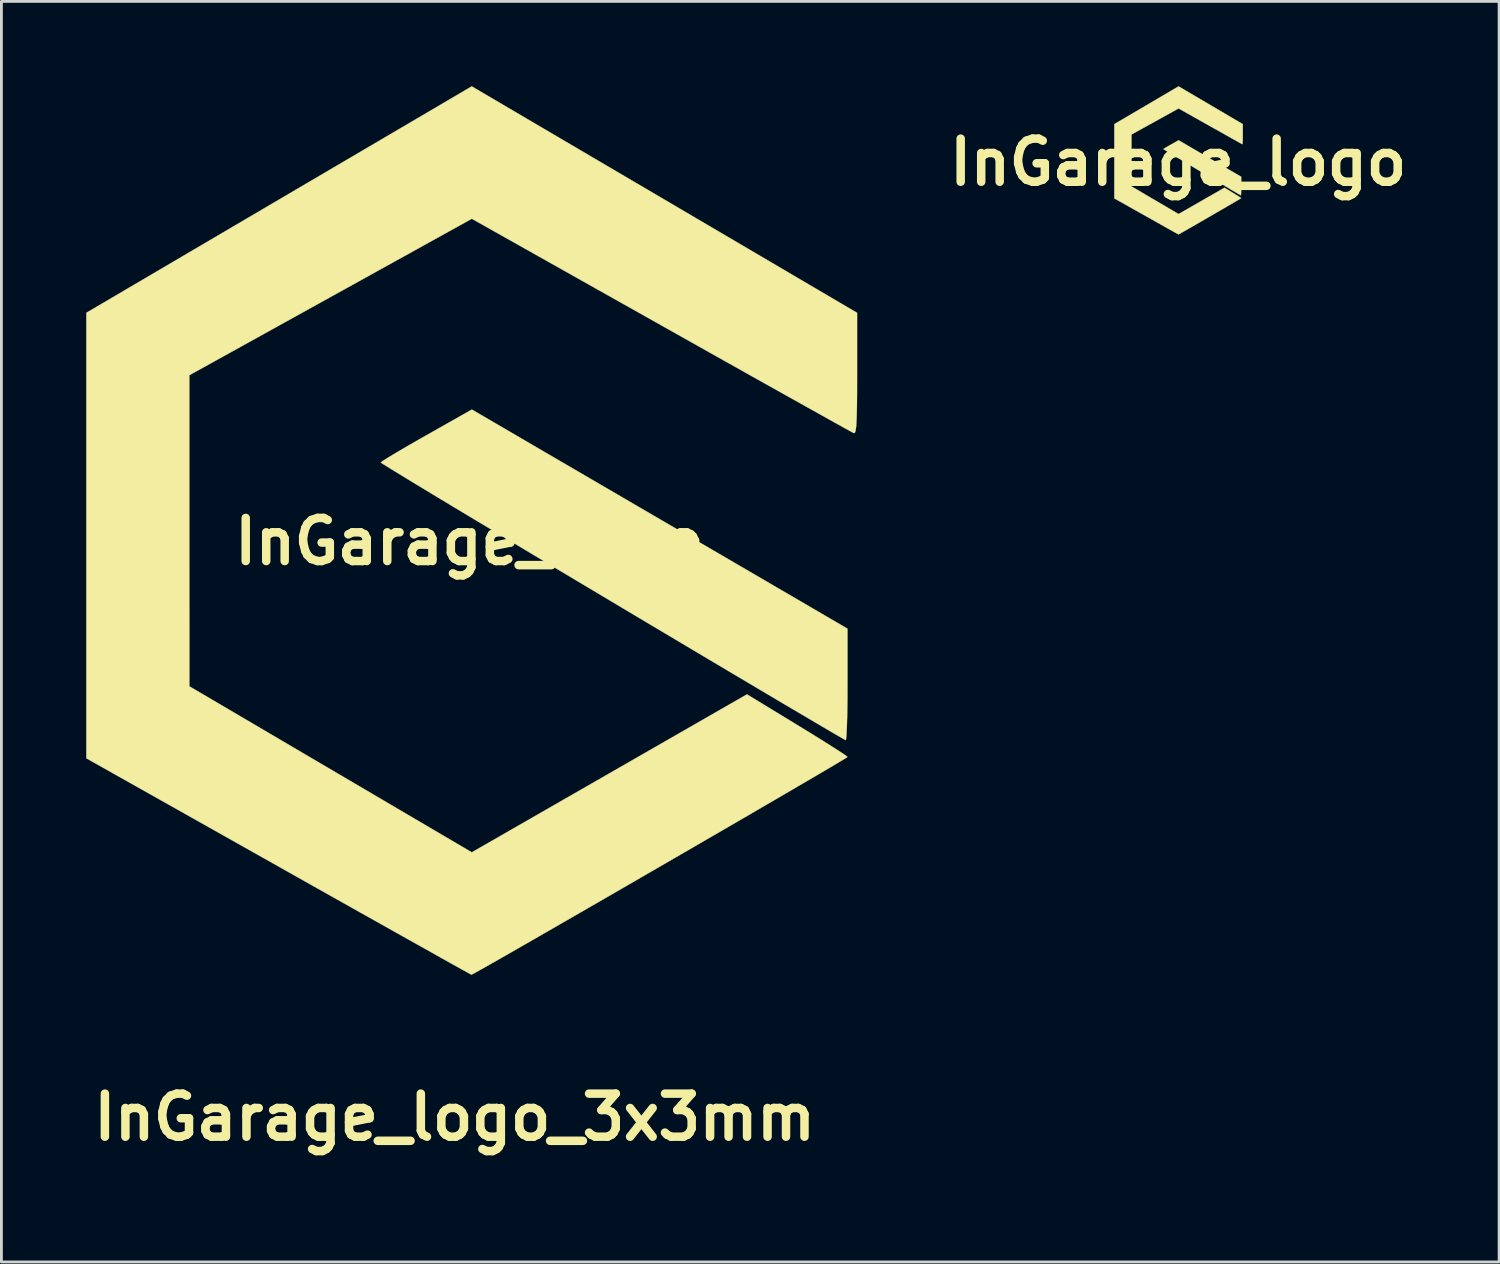
<source format=kicad_pcb>
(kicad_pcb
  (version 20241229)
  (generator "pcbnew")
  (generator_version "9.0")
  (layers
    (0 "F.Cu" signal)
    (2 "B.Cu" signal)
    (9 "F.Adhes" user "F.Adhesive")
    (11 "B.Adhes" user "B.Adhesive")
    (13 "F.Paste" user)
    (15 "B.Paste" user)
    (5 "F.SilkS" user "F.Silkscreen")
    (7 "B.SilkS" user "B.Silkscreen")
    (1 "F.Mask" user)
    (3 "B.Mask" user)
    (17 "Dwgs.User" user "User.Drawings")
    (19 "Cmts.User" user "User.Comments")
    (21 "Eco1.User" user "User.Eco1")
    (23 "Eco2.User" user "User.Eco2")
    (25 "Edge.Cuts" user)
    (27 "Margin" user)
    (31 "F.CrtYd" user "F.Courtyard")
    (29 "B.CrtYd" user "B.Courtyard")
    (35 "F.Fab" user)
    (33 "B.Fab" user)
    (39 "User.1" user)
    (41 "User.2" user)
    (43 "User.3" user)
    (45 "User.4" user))
  (footprint "InGarage_Logo"
    (layer "F.Cu")
    (at 13.552 16.106)
    (property "Reference" "InGarage_Logo" (at 0 0 0) (layer "F.SilkS") (effects (font (size 1.524 1.524) (thickness 0.3))))
    (attr through_hole)
    (fp_poly (pts (xy 13.377 3.083) (xy 13.377 5.055) (xy 13.375 5.613) (xy 13.367 6.109) (xy 13.356 6.52) (xy 13.342 6.823) (xy 13.325 6.995) (xy 13.314 7.025) (xy 13.234 6.982) (xy 13.018 6.858) (xy 12.676 6.658) (xy 12.216 6.388) (xy 11.647 6.052) (xy 10.979 5.658) (xy 10.222 5.209) (xy 9.384 4.712) (xy 8.475 4.172) (xy 7.504 3.594) (xy 6.48 2.985) (xy 5.412 2.349) (xy 5.059 2.138) (xy 3.98 1.495) (xy 2.943 0.875) (xy 1.957 0.285) (xy 1.03 -0.271) (xy 0.173 -0.786) (xy -0.607 -1.254) (xy -1.299 -1.671) (xy -1.894 -2.031) (xy -2.383 -2.329) (xy -2.758 -2.558) (xy -3.008 -2.714) (xy -3.125 -2.79) (xy -3.133 -2.797) (xy -3.062 -2.851) (xy -2.865 -2.976) (xy -2.563 -3.157) (xy -2.176 -3.384) (xy -1.726 -3.642) (xy -1.522 -3.758) (xy 0.089 -4.669) (xy 13.377 3.083)) (stroke (width 0.01) (type solid)) (fill yes) (layer "F.SilkS"))
    (fp_poly (pts (xy 13.716 -8.09) (xy 13.716 -5.941) (xy 13.715 -5.267) (xy 13.71 -4.746) (xy 13.7 -4.36) (xy 13.686 -4.093) (xy 13.665 -3.928) (xy 13.638 -3.848) (xy 13.603 -3.835) (xy 13.514 -3.882) (xy 13.288 -4.006) (xy 12.936 -4.202) (xy 12.468 -4.463) (xy 11.895 -4.783) (xy 11.228 -5.156) (xy 10.476 -5.577) (xy 9.651 -6.04) (xy 8.763 -6.538) (xy 7.823 -7.067) (xy 6.842 -7.618) (xy 6.789 -7.648) (xy 0.087 -11.418) (xy -4.908 -8.651) (xy -9.904 -5.884) (xy -9.904 -0.381) (xy -9.903 5.122) (xy 0.087 10.994) (xy 4.954 8.2) (xy 9.82 5.406) (xy 11.599 6.489) (xy 12.089 6.789) (xy 12.528 7.062) (xy 12.895 7.294) (xy 13.172 7.472) (xy 13.337 7.586) (xy 13.377 7.62) (xy 13.306 7.667) (xy 13.101 7.791) (xy 12.774 7.985) (xy 12.337 8.242) (xy 11.805 8.554) (xy 11.189 8.914) (xy 10.501 9.314) (xy 9.755 9.749) (xy 8.963 10.209) (xy 8.137 10.688) (xy 7.29 11.179) (xy 6.435 11.674) (xy 5.585 12.166) (xy 4.751 12.648) (xy 3.946 13.112) (xy 3.184 13.551) (xy 2.476 13.959) (xy 1.836 14.326) (xy 1.275 14.648) (xy 0.807 14.915) (xy 0.444 15.12) (xy 0.198 15.258) (xy 0.082 15.319) (xy 0.075 15.322) (xy -0.002 15.281) (xy -0.216 15.162) (xy -0.557 14.973) (xy -1.014 14.717) (xy -1.577 14.401) (xy -2.237 14.032) (xy -2.981 13.614) (xy -3.801 13.154) (xy -4.685 12.657) (xy -5.624 12.129) (xy -6.606 11.576) (xy -6.752 11.493) (xy -13.547 7.668) (xy -13.547 -8.092) (xy -6.731 -12.097) (xy 0.085 -16.101) (xy 13.716 -8.09)) (stroke (width 0.01) (type solid)) (fill yes) (layer "F.SilkS")))
  (footprint "InGarage_logo_3x3mm"
    (layer "F.Cu")
    (at 13.034 36.47)
    (property "Reference" "InGarage_logo_3x3mm" (at 0 0 0) (layer "F.SilkS") (effects (font (size 1.524 1.524) (thickness 0.3))))
    (attr through_hole)
    (fp_poly (pts (xy -1.376 1.327) (xy -1.069 1.506) (xy -0.715 1.715) (xy -0.508 1.838) (xy -0.042 2.116) (xy -0.91 2.116) (xy -1.778 2.117) (xy -1.778 1.094) (xy -1.376 1.327)) (stroke (width 0.01) (type solid)) (fill no) (layer "Eco2.User"))
    (fp_poly (pts (xy 1.778 -1.566) (xy 1.768 -1.312) (xy 1.741 -1.144) (xy 1.714 -1.103) (xy 1.619 -1.144) (xy 1.411 -1.253) (xy 1.121 -1.412) (xy 0.847 -1.568) (xy 0.042 -2.031) (xy 0.91 -2.031) (xy 1.778 -2.032) (xy 1.778 -1.566)) (stroke (width 0.01) (type solid)) (fill no) (layer "Eco2.User"))
    (fp_poly (pts (xy 1.778 2.117) (xy 0.931 2.117) (xy 0.576 2.113) (xy 0.294 2.105) (xy 0.121 2.092) (xy 0.085 2.082) (xy 0.153 2.027) (xy 0.33 1.915) (xy 0.572 1.775) (xy 0.897 1.591) (xy 1.227 1.404) (xy 1.418 1.294) (xy 1.778 1.085) (xy 1.778 2.117)) (stroke (width 0.01) (type solid)) (fill no) (layer "Eco2.User"))
    (fp_poly (pts (xy -0.615 -2.029) (xy -0.35 -2.02) (xy -0.198 -2.007) (xy -0.176 -1.998) (xy -0.264 -1.94) (xy -0.458 -1.823) (xy -0.721 -1.669) (xy -1.014 -1.501) (xy -1.301 -1.338) (xy -1.542 -1.204) (xy -1.701 -1.119) (xy -1.742 -1.101) (xy -1.762 -1.177) (xy -1.775 -1.375) (xy -1.778 -1.566) (xy -1.778 -2.032) (xy -0.96 -2.032) (xy -0.615 -2.029)) (stroke (width 0.01) (type solid)) (fill no) (layer "Eco2.User"))
    (fp_poly (pts (xy 0.079 -1.314) (xy 0.301 -1.206) (xy 0.602 -1.046) (xy 0.921 -0.868) (xy 1.773 -0.381) (xy 1.775 0.023) (xy 1.778 0.428) (xy 1.545 0.307) (xy 1.364 0.208) (xy 1.089 0.052) (xy 0.771 -0.133) (xy 0.677 -0.188) (xy 0.042 -0.562) (xy -0.242 -0.395) (xy -0.527 -0.227) (xy -0.2 -0.026) (xy 0.057 0.127) (xy 0.38 0.314) (xy 0.614 0.445) (xy 0.861 0.59) (xy 1.037 0.705) (xy 1.101 0.764) (xy 1.034 0.82) (xy 0.864 0.933) (xy 0.633 1.076) (xy 0.386 1.224) (xy 0.167 1.349) (xy 0.018 1.425) (xy -0.017 1.437) (xy -0.097 1.397) (xy -0.287 1.291) (xy -0.553 1.14) (xy -0.659 1.079) (xy -1.276 0.724) (xy -1.252 0.006) (xy -1.228 -0.711) (xy -0.677 -1.031) (xy -0.399 -1.186) (xy -0.171 -1.301) (xy -0.038 -1.352) (xy -0.029 -1.353) (xy 0.079 -1.314)) (stroke (width 0.01) (type solid)) (fill no) (layer "Eco2.User")))
  (footprint "InGarage_logo"
    (layer "F.Cu")
    (at 38.626 2.689)
    (property "Reference" "InGarage_logo" (at 0 0 0) (layer "F.SilkS") (effects (font (size 1.524 1.524) (thickness 0.3))))
    (attr through_hole)
    (fp_poly (pts (xy 1.122 -0.132) (xy 2.23 0.514) (xy 2.23 0.843) (xy 2.229 0.935) (xy 2.228 1.018) (xy 2.226 1.087) (xy 2.224 1.137) (xy 2.221 1.166) (xy 2.219 1.171) (xy 2.206 1.164) (xy 2.17 1.143) (xy 2.113 1.11) (xy 2.036 1.065) (xy 1.941 1.009) (xy 1.83 0.943) (xy 1.704 0.868) (xy 1.564 0.785) (xy 1.412 0.695) (xy 1.251 0.599) (xy 1.08 0.497) (xy 0.902 0.391) (xy 0.843 0.356) (xy 0.663 0.249) (xy 0.491 0.146) (xy 0.326 0.047) (xy 0.172 -0.045) (xy 0.029 -0.131) (xy -0.101 -0.209) (xy -0.216 -0.279) (xy -0.316 -0.339) (xy -0.397 -0.388) (xy -0.46 -0.426) (xy -0.501 -0.452) (xy -0.521 -0.465) (xy -0.522 -0.466) (xy -0.51 -0.475) (xy -0.478 -0.496) (xy -0.427 -0.526) (xy -0.363 -0.564) (xy -0.288 -0.607) (xy -0.254 -0.626) (xy 0.015 -0.778) (xy 1.122 -0.132)) (stroke (width 0.01) (type solid)) (fill yes) (layer "F.SilkS"))
    (fp_poly (pts (xy 1.15 -2.016) (xy 2.286 -1.348) (xy 2.286 -0.99) (xy 2.286 -0.878) (xy 2.285 -0.791) (xy 2.283 -0.727) (xy 2.281 -0.682) (xy 2.278 -0.655) (xy 2.273 -0.641) (xy 2.267 -0.639) (xy 2.252 -0.647) (xy 2.215 -0.668) (xy 2.156 -0.7) (xy 2.078 -0.744) (xy 1.983 -0.797) (xy 1.871 -0.859) (xy 1.746 -0.93) (xy 1.609 -1.007) (xy 1.461 -1.09) (xy 1.304 -1.178) (xy 1.14 -1.27) (xy 1.131 -1.275) (xy 0.015 -1.903) (xy -0.818 -1.442) (xy -1.651 -0.981) (xy -1.651 -0.064) (xy -1.651 0.854) (xy 0.015 1.832) (xy 0.826 1.367) (xy 1.637 0.901) (xy 1.933 1.081) (xy 2.015 1.132) (xy 2.088 1.177) (xy 2.149 1.216) (xy 2.195 1.245) (xy 2.223 1.264) (xy 2.23 1.27) (xy 2.218 1.278) (xy 2.183 1.299) (xy 2.129 1.331) (xy 2.056 1.374) (xy 1.968 1.426) (xy 1.865 1.486) (xy 1.75 1.552) (xy 1.626 1.625) (xy 1.494 1.701) (xy 1.356 1.781) (xy 1.215 1.863) (xy 1.073 1.946) (xy 0.931 2.028) (xy 0.792 2.108) (xy 0.658 2.185) (xy 0.531 2.259) (xy 0.413 2.326) (xy 0.306 2.388) (xy 0.213 2.441) (xy 0.135 2.486) (xy 0.074 2.52) (xy 0.033 2.543) (xy 0.014 2.553) (xy 0.013 2.554) (xy -0.000285 2.547) (xy -0.036 2.527) (xy -0.093 2.495) (xy -0.169 2.453) (xy -0.263 2.4) (xy -0.373 2.339) (xy -0.497 2.269) (xy -0.633 2.192) (xy -0.781 2.109) (xy -0.937 2.021) (xy -1.101 1.929) (xy -1.125 1.916) (xy -2.258 1.278) (xy -2.258 -1.349) (xy -1.122 -2.016) (xy 0.014 -2.684) (xy 1.15 -2.016)) (stroke (width 0.01) (type solid)) (fill yes) (layer "F.SilkS")))
  (gr_rect
    (start -3 -3)
    (end 49.979 41.591)
    (stroke (width 0.1) (type default))
    (fill no)
    (layer "Edge.Cuts")))
</source>
